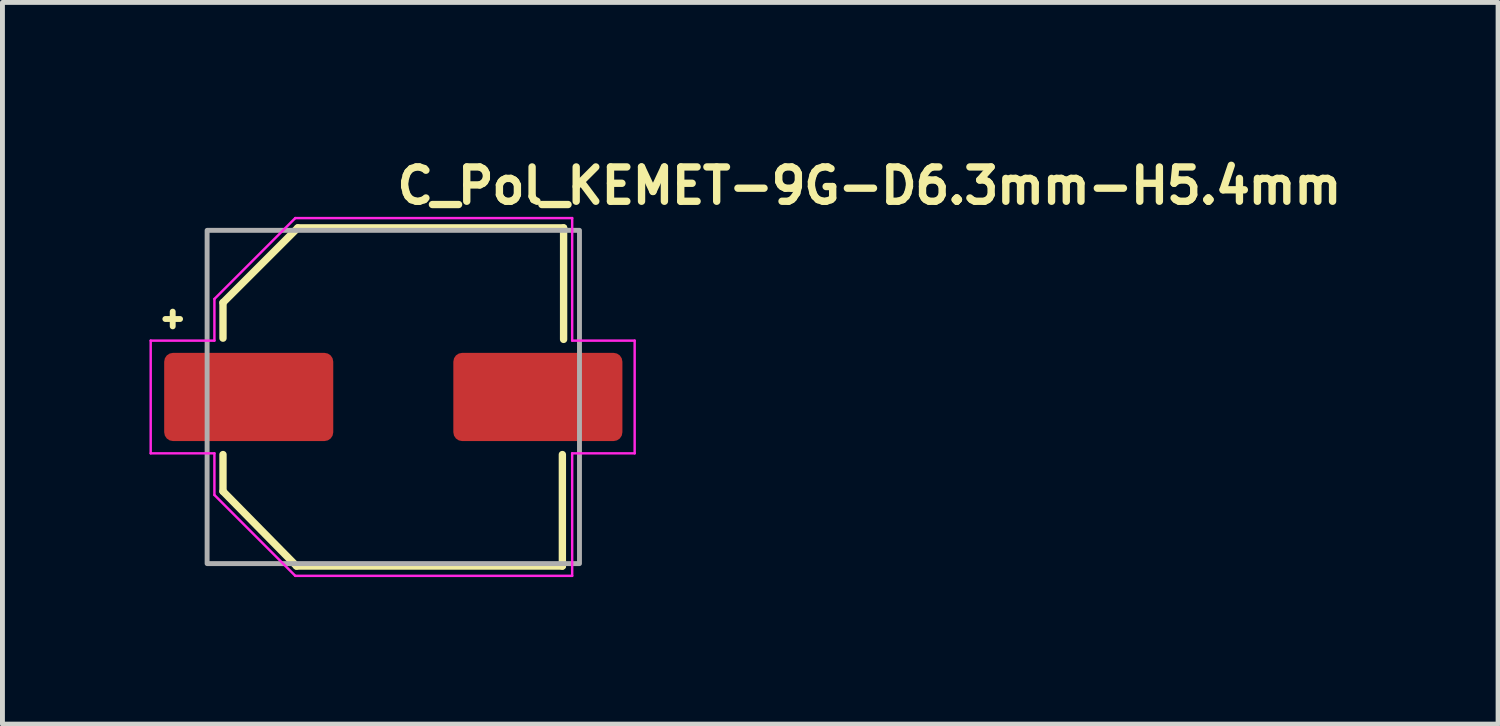
<source format=kicad_pcb>
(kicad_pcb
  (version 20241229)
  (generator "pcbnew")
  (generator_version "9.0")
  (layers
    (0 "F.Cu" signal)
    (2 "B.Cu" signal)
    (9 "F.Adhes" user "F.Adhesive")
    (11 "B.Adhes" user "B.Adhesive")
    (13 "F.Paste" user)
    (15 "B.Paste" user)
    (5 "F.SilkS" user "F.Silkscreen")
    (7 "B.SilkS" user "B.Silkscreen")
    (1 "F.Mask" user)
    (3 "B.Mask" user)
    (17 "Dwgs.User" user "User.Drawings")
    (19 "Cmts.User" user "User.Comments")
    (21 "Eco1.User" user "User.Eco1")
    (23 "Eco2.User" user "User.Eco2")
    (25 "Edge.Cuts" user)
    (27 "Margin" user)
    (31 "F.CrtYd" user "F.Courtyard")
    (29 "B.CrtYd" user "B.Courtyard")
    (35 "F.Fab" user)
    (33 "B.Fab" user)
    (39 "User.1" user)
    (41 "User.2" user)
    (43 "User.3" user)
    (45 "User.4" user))
  (footprint "C_Pol_KEMET-9G-D6.3mm-H5.4mm"
    (layer "F.Cu")
    (at 4.975 5.05)
    (property "Reference" "C_Pol_KEMET-9G-D6.3mm-H5.4mm" (at 0 -3.9 0) (layer "F.SilkS") (effects (font (size 0.7 0.7) (thickness 0.15)) (justify left bottom)))
    (attr smd)
    (fp_line (start -4.651 -1.591) (end -4.351 -1.591) (stroke (width 0.12) (type solid)) (layer "F.SilkS"))
    (fp_line (start -4.501 -1.741) (end -4.501 -1.441) (stroke (width 0.12) (type solid)) (layer "F.SilkS"))
    (fp_line (start -3.475 -1.925) (end -3.475 -1.2) (stroke (width 0.15) (type solid)) (layer "F.SilkS"))
    (fp_line (start -3.475 -1.925) (end -1.95 -3.45) (stroke (width 0.15) (type solid)) (layer "F.SilkS"))
    (fp_line (start -3.475 1.175) (end -3.475 1.925) (stroke (width 0.15) (type solid)) (layer "F.SilkS"))
    (fp_line (start -3.475 1.925) (end -1.975 3.45) (stroke (width 0.15) (type solid)) (layer "F.SilkS"))
    (fp_line (start -1.975 3.45) (end 3.45 3.45) (stroke (width 0.15) (type solid)) (layer "F.SilkS"))
    (fp_line (start -1.95 -3.45) (end 3.475 -3.45) (stroke (width 0.15) (type solid)) (layer "F.SilkS"))
    (fp_line (start 3.45 1.175) (end 3.45 3.45) (stroke (width 0.15) (type solid)) (layer "F.SilkS"))
    (fp_line (start 3.475 -1.175) (end 3.475 -3.45) (stroke (width 0.15) (type solid)) (layer "F.SilkS"))
    (fp_line (start -4.95 -1.15) (end -3.65 -1.15) (stroke (width 0.05) (type solid)) (layer "F.CrtYd"))
    (fp_line (start -4.95 1.15) (end -4.95 -1.15) (stroke (width 0.05) (type solid)) (layer "F.CrtYd"))
    (fp_line (start -3.65 -1.15) (end -3.65 -2) (stroke (width 0.05) (type solid)) (layer "F.CrtYd"))
    (fp_line (start -3.65 1.15) (end -4.95 1.15) (stroke (width 0.05) (type solid)) (layer "F.CrtYd"))
    (fp_line (start -3.65 2) (end -3.65 1.15) (stroke (width 0.05) (type solid)) (layer "F.CrtYd"))
    (fp_line (start -3.65 2) (end -2 3.65) (stroke (width 0.05) (type solid)) (layer "F.CrtYd"))
    (fp_line (start -2 -3.65) (end -3.65 -2) (stroke (width 0.05) (type solid)) (layer "F.CrtYd"))
    (fp_line (start -2 -3.65) (end 3.65 -3.65) (stroke (width 0.05) (type solid)) (layer "F.CrtYd"))
    (fp_line (start 3.65 -3.65) (end 3.65 -1.15) (stroke (width 0.05) (type solid)) (layer "F.CrtYd"))
    (fp_line (start 3.65 -1.15) (end 4.925 -1.15) (stroke (width 0.05) (type solid)) (layer "F.CrtYd"))
    (fp_line (start 3.65 1.15) (end 3.65 3.65) (stroke (width 0.05) (type solid)) (layer "F.CrtYd"))
    (fp_line (start 3.65 3.65) (end -2 3.65) (stroke (width 0.05) (type solid)) (layer "F.CrtYd"))
    (fp_line (start 4.925 -1.15) (end 4.925 1.15) (stroke (width 0.05) (type solid)) (layer "F.CrtYd"))
    (fp_line (start 4.925 1.15) (end 3.65 1.15) (stroke (width 0.05) (type solid)) (layer "F.CrtYd"))
    (fp_rect (start -3.799 -3.4) (end 3.799 3.4) (stroke (width 0.1) (type solid)) (fill no) (layer "F.Fab"))
    (fp_rect (start -3.799 -3.4) (end 3.799 3.4) (stroke (width 0.1) (type solid)) (fill no) (layer "User.5"))
    (fp_line (start -3.799 0.375) (end -3.799 -0.375) (stroke (width 0.02) (type solid)) (layer "User.9"))
    (fp_line (start -3.4 -1.9) (end -1.9 -3.4) (stroke (width 0.02) (type solid)) (layer "User.9"))
    (fp_line (start -3.4 -1.396) (end -3.4 -1.9) (stroke (width 0.02) (type solid)) (layer "User.9"))
    (fp_line (start -3.4 -1.396) (end -3.4 1.396) (stroke (width 0.02) (type solid)) (layer "User.9"))
    (fp_line (start -3.4 -0.375) (end -3.799 -0.375) (stroke (width 0.02) (type solid)) (layer "User.9"))
    (fp_line (start -3.4 0.375) (end -3.799 0.375) (stroke (width 0.02) (type solid)) (layer "User.9"))
    (fp_line (start -3.4 1.9) (end -3.4 1.396) (stroke (width 0.02) (type solid)) (layer "User.9"))
    (fp_line (start -3.25 0) (end -3.243 -0.21) (stroke (width 0.02) (type solid)) (layer "User.9"))
    (fp_line (start -3.243 -0.21) (end -3.222 -0.419) (stroke (width 0.02) (type solid)) (layer "User.9"))
    (fp_line (start -3.243 0.21) (end -3.25 0) (stroke (width 0.02) (type solid)) (layer "User.9"))
    (fp_line (start -3.222 -0.419) (end -3.188 -0.628) (stroke (width 0.02) (type solid)) (layer "User.9"))
    (fp_line (start -3.222 0.419) (end -3.243 0.21) (stroke (width 0.02) (type solid)) (layer "User.9"))
    (fp_line (start -3.188 -0.628) (end -3.141 -0.834) (stroke (width 0.02) (type solid)) (layer "User.9"))
    (fp_line (start -3.188 0.628) (end -3.222 0.419) (stroke (width 0.02) (type solid)) (layer "User.9"))
    (fp_line (start -3.141 -0.834) (end -3.079 -1.037) (stroke (width 0.02) (type solid)) (layer "User.9"))
    (fp_line (start -3.141 0.834) (end -3.188 0.628) (stroke (width 0.02) (type solid)) (layer "User.9"))
    (fp_line (start -3.1 -1.396) (end -3.4 -1.396) (stroke (width 0.02) (type solid)) (layer "User.9"))
    (fp_line (start -3.1 1.396) (end -3.4 1.396) (stroke (width 0.02) (type solid)) (layer "User.9"))
    (fp_line (start -3.1 1.396) (end -3.033 1.536) (stroke (width 0.02) (type solid)) (layer "User.9"))
    (fp_line (start -3.079 -1.037) (end -3.005 -1.237) (stroke (width 0.02) (type solid)) (layer "User.9"))
    (fp_line (start -3.079 1.037) (end -3.141 0.834) (stroke (width 0.02) (type solid)) (layer "User.9"))
    (fp_line (start -3.033 -1.536) (end -3.1 -1.396) (stroke (width 0.02) (type solid)) (layer "User.9"))
    (fp_line (start -3.033 1.536) (end -2.959 1.672) (stroke (width 0.02) (type solid)) (layer "User.9"))
    (fp_line (start -3.005 -1.237) (end -2.916 -1.433) (stroke (width 0.02) (type solid)) (layer "User.9"))
    (fp_line (start -3.005 1.237) (end -3.079 1.037) (stroke (width 0.02) (type solid)) (layer "User.9"))
    (fp_line (start -2.959 -1.672) (end -3.033 -1.536) (stroke (width 0.02) (type solid)) (layer "User.9"))
    (fp_line (start -2.959 1.672) (end -2.881 1.805) (stroke (width 0.02) (type solid)) (layer "User.9"))
    (fp_line (start -2.916 -1.433) (end -2.814 -1.625) (stroke (width 0.02) (type solid)) (layer "User.9"))
    (fp_line (start -2.916 1.433) (end -3.005 1.237) (stroke (width 0.02) (type solid)) (layer "User.9"))
    (fp_line (start -2.881 -1.805) (end -2.959 -1.672) (stroke (width 0.02) (type solid)) (layer "User.9"))
    (fp_line (start -2.881 1.805) (end -2.796 1.933) (stroke (width 0.02) (type solid)) (layer "User.9"))
    (fp_line (start -2.814 -1.625) (end -2.814 -1.625) (stroke (width 0.02) (type solid)) (layer "User.9"))
    (fp_line (start -2.814 -1.625) (end -2.758 -1.718) (stroke (width 0.02) (type solid)) (layer "User.9"))
    (fp_line (start -2.814 1.625) (end -2.916 1.433) (stroke (width 0.02) (type solid)) (layer "User.9"))
    (fp_line (start -2.814 1.625) (end -2.814 1.625) (stroke (width 0.02) (type solid)) (layer "User.9"))
    (fp_line (start -2.796 -1.933) (end -2.881 -1.805) (stroke (width 0.02) (type solid)) (layer "User.9"))
    (fp_line (start -2.796 1.933) (end -2.706 2.058) (stroke (width 0.02) (type solid)) (layer "User.9"))
    (fp_line (start -2.758 -1.718) (end -2.7 -1.808) (stroke (width 0.02) (type solid)) (layer "User.9"))
    (fp_line (start -2.706 -2.058) (end -2.796 -1.933) (stroke (width 0.02) (type solid)) (layer "User.9"))
    (fp_line (start -2.706 2.058) (end -2.61 2.178) (stroke (width 0.02) (type solid)) (layer "User.9"))
    (fp_line (start -2.7 -1.808) (end -2.638 -1.897) (stroke (width 0.02) (type solid)) (layer "User.9"))
    (fp_line (start -2.7 1.808) (end -2.814 1.625) (stroke (width 0.02) (type solid)) (layer "User.9"))
    (fp_line (start -2.638 -1.897) (end -2.574 -1.983) (stroke (width 0.02) (type solid)) (layer "User.9"))
    (fp_line (start -2.61 -2.178) (end -2.706 -2.058) (stroke (width 0.02) (type solid)) (layer "User.9"))
    (fp_line (start -2.61 2.178) (end -2.509 2.293) (stroke (width 0.02) (type solid)) (layer "User.9"))
    (fp_line (start -2.574 -1.983) (end -2.507 -2.067) (stroke (width 0.02) (type solid)) (layer "User.9"))
    (fp_line (start -2.574 1.983) (end -2.7 1.808) (stroke (width 0.02) (type solid)) (layer "User.9"))
    (fp_line (start -2.509 -2.293) (end -2.61 -2.178) (stroke (width 0.02) (type solid)) (layer "User.9"))
    (fp_line (start -2.509 2.293) (end -2.404 2.404) (stroke (width 0.02) (type solid)) (layer "User.9"))
    (fp_line (start -2.507 -2.067) (end -2.438 -2.148) (stroke (width 0.02) (type solid)) (layer "User.9"))
    (fp_line (start -2.438 -2.148) (end -2.367 -2.227) (stroke (width 0.02) (type solid)) (layer "User.9"))
    (fp_line (start -2.438 2.148) (end -2.574 1.983) (stroke (width 0.02) (type solid)) (layer "User.9"))
    (fp_line (start -2.404 -2.404) (end -2.509 -2.293) (stroke (width 0.02) (type solid)) (layer "User.9"))
    (fp_line (start -2.404 2.404) (end -2.293 2.509) (stroke (width 0.02) (type solid)) (layer "User.9"))
    (fp_line (start -2.367 -2.227) (end -2.293 -2.303) (stroke (width 0.02) (type solid)) (layer "User.9"))
    (fp_line (start -2.293 -2.509) (end -2.404 -2.404) (stroke (width 0.02) (type solid)) (layer "User.9"))
    (fp_line (start -2.293 -2.303) (end -2.216 -2.376) (stroke (width 0.02) (type solid)) (layer "User.9"))
    (fp_line (start -2.293 2.303) (end -2.438 2.148) (stroke (width 0.02) (type solid)) (layer "User.9"))
    (fp_line (start -2.293 2.509) (end -2.178 2.61) (stroke (width 0.02) (type solid)) (layer "User.9"))
    (fp_line (start -2.216 -2.376) (end -2.138 -2.447) (stroke (width 0.02) (type solid)) (layer "User.9"))
    (fp_line (start -2.178 -2.61) (end -2.293 -2.509) (stroke (width 0.02) (type solid)) (layer "User.9"))
    (fp_line (start -2.178 2.61) (end -2.058 2.706) (stroke (width 0.02) (type solid)) (layer "User.9"))
    (fp_line (start -2.138 -2.447) (end -2.057 -2.515) (stroke (width 0.02) (type solid)) (layer "User.9"))
    (fp_line (start -2.138 2.447) (end -2.293 2.303) (stroke (width 0.02) (type solid)) (layer "User.9"))
    (fp_line (start -2.058 -2.706) (end -2.178 -2.61) (stroke (width 0.02) (type solid)) (layer "User.9"))
    (fp_line (start -2.058 2.706) (end -1.933 2.796) (stroke (width 0.02) (type solid)) (layer "User.9"))
    (fp_line (start -2.057 -2.515) (end -1.975 -2.581) (stroke (width 0.02) (type solid)) (layer "User.9"))
    (fp_line (start -1.975 -2.581) (end -1.89 -2.643) (stroke (width 0.02) (type solid)) (layer "User.9"))
    (fp_line (start -1.975 2.581) (end -2.138 2.447) (stroke (width 0.02) (type solid)) (layer "User.9"))
    (fp_line (start -1.933 -2.796) (end -2.058 -2.706) (stroke (width 0.02) (type solid)) (layer "User.9"))
    (fp_line (start -1.933 2.796) (end -1.805 2.881) (stroke (width 0.02) (type solid)) (layer "User.9"))
    (fp_line (start -1.9 3.4) (end -3.4 1.9) (stroke (width 0.02) (type solid)) (layer "User.9"))
    (fp_line (start -1.89 -2.643) (end -1.803 -2.703) (stroke (width 0.02) (type solid)) (layer "User.9"))
    (fp_line (start -1.805 -2.881) (end -1.933 -2.796) (stroke (width 0.02) (type solid)) (layer "User.9"))
    (fp_line (start -1.805 2.881) (end -1.672 2.959) (stroke (width 0.02) (type solid)) (layer "User.9"))
    (fp_line (start -1.803 -2.703) (end -1.715 -2.76) (stroke (width 0.02) (type solid)) (layer "User.9"))
    (fp_line (start -1.803 2.703) (end -1.975 2.581) (stroke (width 0.02) (type solid)) (layer "User.9"))
    (fp_line (start -1.715 -2.76) (end -1.625 -2.814) (stroke (width 0.02) (type solid)) (layer "User.9"))
    (fp_line (start -1.672 -2.959) (end -1.805 -2.881) (stroke (width 0.02) (type solid)) (layer "User.9"))
    (fp_line (start -1.672 2.959) (end -1.536 3.033) (stroke (width 0.02) (type solid)) (layer "User.9"))
    (fp_line (start -1.625 -2.814) (end -1.533 -2.865) (stroke (width 0.02) (type solid)) (layer "User.9"))
    (fp_line (start -1.625 2.814) (end -1.803 2.703) (stroke (width 0.02) (type solid)) (layer "User.9"))
    (fp_line (start -1.536 -3.033) (end -1.672 -2.959) (stroke (width 0.02) (type solid)) (layer "User.9"))
    (fp_line (start -1.536 3.033) (end -1.396 3.1) (stroke (width 0.02) (type solid)) (layer "User.9"))
    (fp_line (start -1.533 -2.865) (end -1.439 -2.913) (stroke (width 0.02) (type solid)) (layer "User.9"))
    (fp_line (start -1.439 -2.913) (end -1.344 -2.959) (stroke (width 0.02) (type solid)) (layer "User.9"))
    (fp_line (start -1.439 2.913) (end -1.625 2.814) (stroke (width 0.02) (type solid)) (layer "User.9"))
    (fp_line (start -1.396 -3.4) (end -1.9 -3.4) (stroke (width 0.02) (type solid)) (layer "User.9"))
    (fp_line (start -1.396 -3.1) (end -1.536 -3.033) (stroke (width 0.02) (type solid)) (layer "User.9"))
    (fp_line (start -1.396 -3.1) (end -1.396 -3.4) (stroke (width 0.02) (type solid)) (layer "User.9"))
    (fp_line (start -1.396 3.4) (end -1.9 3.4) (stroke (width 0.02) (type solid)) (layer "User.9"))
    (fp_line (start -1.396 3.4) (end -1.396 3.1) (stroke (width 0.02) (type solid)) (layer "User.9"))
    (fp_line (start -1.396 3.4) (end 1.396 3.4) (stroke (width 0.02) (type solid)) (layer "User.9"))
    (fp_line (start -1.344 -2.959) (end -1.247 -3.001) (stroke (width 0.02) (type solid)) (layer "User.9"))
    (fp_line (start -1.247 -3.001) (end -1.149 -3.039) (stroke (width 0.02) (type solid)) (layer "User.9"))
    (fp_line (start -1.247 3.001) (end -1.439 2.913) (stroke (width 0.02) (type solid)) (layer "User.9"))
    (fp_line (start -1.149 -3.039) (end -1.05 -3.075) (stroke (width 0.02) (type solid)) (layer "User.9"))
    (fp_line (start -1.05 -3.075) (end -0.949 -3.108) (stroke (width 0.02) (type solid)) (layer "User.9"))
    (fp_line (start -1.05 3.075) (end -1.247 3.001) (stroke (width 0.02) (type solid)) (layer "User.9"))
    (fp_line (start -0.949 -3.108) (end -0.847 -3.137) (stroke (width 0.02) (type solid)) (layer "User.9"))
    (fp_line (start -0.847 -3.137) (end -0.745 -3.163) (stroke (width 0.02) (type solid)) (layer "User.9"))
    (fp_line (start -0.847 3.137) (end -1.05 3.075) (stroke (width 0.02) (type solid)) (layer "User.9"))
    (fp_line (start -0.745 -3.163) (end -0.641 -3.186) (stroke (width 0.02) (type solid)) (layer "User.9"))
    (fp_line (start -0.641 -3.186) (end -0.536 -3.205) (stroke (width 0.02) (type solid)) (layer "User.9"))
    (fp_line (start -0.641 3.186) (end -0.847 3.137) (stroke (width 0.02) (type solid)) (layer "User.9"))
    (fp_line (start -0.536 -3.205) (end -0.43 -3.221) (stroke (width 0.02) (type solid)) (layer "User.9"))
    (fp_line (start -0.43 -3.221) (end -0.323 -3.233) (stroke (width 0.02) (type solid)) (layer "User.9"))
    (fp_line (start -0.43 3.221) (end -0.641 3.186) (stroke (width 0.02) (type solid)) (layer "User.9"))
    (fp_line (start -0.323 -3.233) (end -0.216 -3.242) (stroke (width 0.02) (type solid)) (layer "User.9"))
    (fp_line (start -0.216 -3.242) (end -0.108 -3.248) (stroke (width 0.02) (type solid)) (layer "User.9"))
    (fp_line (start -0.216 3.242) (end -0.43 3.221) (stroke (width 0.02) (type solid)) (layer "User.9"))
    (fp_line (start -0.108 -3.248) (end 0 -3.25) (stroke (width 0.02) (type solid)) (layer "User.9"))
    (fp_line (start 0 -3.25) (end 0.216 -3.242) (stroke (width 0.02) (type solid)) (layer "User.9"))
    (fp_line (start 0 -2.699) (end 0 2.699) (stroke (width 0.02) (type solid)) (layer "User.9"))
    (fp_line (start 0 2.699) (end 0.179 2.693) (stroke (width 0.02) (type solid)) (layer "User.9"))
    (fp_line (start 0 3.25) (end -0.216 3.242) (stroke (width 0.02) (type solid)) (layer "User.9"))
    (fp_line (start 0.09 -2.698) (end 0 -2.699) (stroke (width 0.02) (type solid)) (layer "User.9"))
    (fp_line (start 0.108 3.248) (end 0 3.25) (stroke (width 0.02) (type solid)) (layer "User.9"))
    (fp_line (start 0.179 -2.693) (end 0.09 -2.698) (stroke (width 0.02) (type solid)) (layer "User.9"))
    (fp_line (start 0.179 2.693) (end 0.357 2.676) (stroke (width 0.02) (type solid)) (layer "User.9"))
    (fp_line (start 0.216 -3.242) (end 0.43 -3.221) (stroke (width 0.02) (type solid)) (layer "User.9"))
    (fp_line (start 0.216 3.242) (end 0.108 3.248) (stroke (width 0.02) (type solid)) (layer "User.9"))
    (fp_line (start 0.269 -2.686) (end 0.179 -2.693) (stroke (width 0.02) (type solid)) (layer "User.9"))
    (fp_line (start 0.323 3.233) (end 0.216 3.242) (stroke (width 0.02) (type solid)) (layer "User.9"))
    (fp_line (start 0.357 -2.676) (end 0.269 -2.686) (stroke (width 0.02) (type solid)) (layer "User.9"))
    (fp_line (start 0.357 2.676) (end 0.532 2.646) (stroke (width 0.02) (type solid)) (layer "User.9"))
    (fp_line (start 0.43 -3.221) (end 0.641 -3.186) (stroke (width 0.02) (type solid)) (layer "User.9"))
    (fp_line (start 0.43 3.221) (end 0.323 3.233) (stroke (width 0.02) (type solid)) (layer "User.9"))
    (fp_line (start 0.445 -2.663) (end 0.357 -2.676) (stroke (width 0.02) (type solid)) (layer "User.9"))
    (fp_line (start 0.532 -2.646) (end 0.445 -2.663) (stroke (width 0.02) (type solid)) (layer "User.9"))
    (fp_line (start 0.532 2.646) (end 0.704 2.606) (stroke (width 0.02) (type solid)) (layer "User.9"))
    (fp_line (start 0.536 3.205) (end 0.43 3.221) (stroke (width 0.02) (type solid)) (layer "User.9"))
    (fp_line (start 0.618 -2.628) (end 0.532 -2.646) (stroke (width 0.02) (type solid)) (layer "User.9"))
    (fp_line (start 0.641 -3.186) (end 0.847 -3.137) (stroke (width 0.02) (type solid)) (layer "User.9"))
    (fp_line (start 0.641 3.186) (end 0.536 3.205) (stroke (width 0.02) (type solid)) (layer "User.9"))
    (fp_line (start 0.704 -2.606) (end 0.618 -2.628) (stroke (width 0.02) (type solid)) (layer "User.9"))
    (fp_line (start 0.704 2.606) (end 0.872 2.555) (stroke (width 0.02) (type solid)) (layer "User.9"))
    (fp_line (start 0.745 3.163) (end 0.641 3.186) (stroke (width 0.02) (type solid)) (layer "User.9"))
    (fp_line (start 0.789 -2.582) (end 0.704 -2.606) (stroke (width 0.02) (type solid)) (layer "User.9"))
    (fp_line (start 0.847 -3.137) (end 1.05 -3.075) (stroke (width 0.02) (type solid)) (layer "User.9"))
    (fp_line (start 0.847 3.137) (end 0.745 3.163) (stroke (width 0.02) (type solid)) (layer "User.9"))
    (fp_line (start 0.872 -2.555) (end 0.789 -2.582) (stroke (width 0.02) (type solid)) (layer "User.9"))
    (fp_line (start 0.872 2.555) (end 1.036 2.493) (stroke (width 0.02) (type solid)) (layer "User.9"))
    (fp_line (start 0.949 3.108) (end 0.847 3.137) (stroke (width 0.02) (type solid)) (layer "User.9"))
    (fp_line (start 0.955 -2.525) (end 0.872 -2.555) (stroke (width 0.02) (type solid)) (layer "User.9"))
    (fp_line (start 1.036 -2.493) (end 0.955 -2.525) (stroke (width 0.02) (type solid)) (layer "User.9"))
    (fp_line (start 1.036 2.493) (end 1.195 2.42) (stroke (width 0.02) (type solid)) (layer "User.9"))
    (fp_line (start 1.05 -3.075) (end 1.247 -3.001) (stroke (width 0.02) (type solid)) (layer "User.9"))
    (fp_line (start 1.05 3.075) (end 0.949 3.108) (stroke (width 0.02) (type solid)) (layer "User.9"))
    (fp_line (start 1.116 -2.458) (end 1.036 -2.493) (stroke (width 0.02) (type solid)) (layer "User.9"))
    (fp_line (start 1.149 3.039) (end 1.05 3.075) (stroke (width 0.02) (type solid)) (layer "User.9"))
    (fp_line (start 1.195 -2.42) (end 1.116 -2.458) (stroke (width 0.02) (type solid)) (layer "User.9"))
    (fp_line (start 1.195 2.42) (end 1.349 2.338) (stroke (width 0.02) (type solid)) (layer "User.9"))
    (fp_line (start 1.247 -3.001) (end 1.439 -2.913) (stroke (width 0.02) (type solid)) (layer "User.9"))
    (fp_line (start 1.247 3.001) (end 1.149 3.039) (stroke (width 0.02) (type solid)) (layer "User.9"))
    (fp_line (start 1.273 -2.38) (end 1.195 -2.42) (stroke (width 0.02) (type solid)) (layer "User.9"))
    (fp_line (start 1.344 2.959) (end 1.247 3.001) (stroke (width 0.02) (type solid)) (layer "User.9"))
    (fp_line (start 1.349 -2.338) (end 1.273 -2.38) (stroke (width 0.02) (type solid)) (layer "User.9"))
    (fp_line (start 1.349 2.338) (end 1.498 2.245) (stroke (width 0.02) (type solid)) (layer "User.9"))
    (fp_line (start 1.396 -3.4) (end -1.396 -3.4) (stroke (width 0.02) (type solid)) (layer "User.9"))
    (fp_line (start 1.396 -3.1) (end 1.396 -3.4) (stroke (width 0.02) (type solid)) (layer "User.9"))
    (fp_line (start 1.396 3.1) (end 1.396 3.4) (stroke (width 0.02) (type solid)) (layer "User.9"))
    (fp_line (start 1.396 3.1) (end 1.536 3.033) (stroke (width 0.02) (type solid)) (layer "User.9"))
    (fp_line (start 1.424 -2.293) (end 1.349 -2.338) (stroke (width 0.02) (type solid)) (layer "User.9"))
    (fp_line (start 1.439 -2.913) (end 1.625 -2.814) (stroke (width 0.02) (type solid)) (layer "User.9"))
    (fp_line (start 1.439 2.913) (end 1.344 2.959) (stroke (width 0.02) (type solid)) (layer "User.9"))
    (fp_line (start 1.498 -2.245) (end 1.424 -2.293) (stroke (width 0.02) (type solid)) (layer "User.9"))
    (fp_line (start 1.498 2.245) (end 1.64 2.144) (stroke (width 0.02) (type solid)) (layer "User.9"))
    (fp_line (start 1.533 2.865) (end 1.439 2.913) (stroke (width 0.02) (type solid)) (layer "User.9"))
    (fp_line (start 1.536 -3.033) (end 1.396 -3.099) (stroke (width 0.02) (type solid)) (layer "User.9"))
    (fp_line (start 1.536 3.033) (end 1.672 2.959) (stroke (width 0.02) (type solid)) (layer "User.9"))
    (fp_line (start 1.57 -2.196) (end 1.498 -2.245) (stroke (width 0.02) (type solid)) (layer "User.9"))
    (fp_line (start 1.625 -2.814) (end 1.803 -2.703) (stroke (width 0.02) (type solid)) (layer "User.9"))
    (fp_line (start 1.625 2.814) (end 1.533 2.865) (stroke (width 0.02) (type solid)) (layer "User.9"))
    (fp_line (start 1.64 -2.144) (end 1.57 -2.196) (stroke (width 0.02) (type solid)) (layer "User.9"))
    (fp_line (start 1.64 2.144) (end 1.776 2.032) (stroke (width 0.02) (type solid)) (layer "User.9"))
    (fp_line (start 1.672 -2.959) (end 1.536 -3.033) (stroke (width 0.02) (type solid)) (layer "User.9"))
    (fp_line (start 1.672 2.959) (end 1.805 2.881) (stroke (width 0.02) (type solid)) (layer "User.9"))
    (fp_line (start 1.709 -2.089) (end 1.64 -2.144) (stroke (width 0.02) (type solid)) (layer "User.9"))
    (fp_line (start 1.715 2.76) (end 1.625 2.814) (stroke (width 0.02) (type solid)) (layer "User.9"))
    (fp_line (start 1.776 -2.032) (end 1.709 -2.089) (stroke (width 0.02) (type solid)) (layer "User.9"))
    (fp_line (start 1.776 2.032) (end 1.905 1.913) (stroke (width 0.02) (type solid)) (layer "User.9"))
    (fp_line (start 1.803 -2.703) (end 1.975 -2.581) (stroke (width 0.02) (type solid)) (layer "User.9"))
    (fp_line (start 1.803 2.703) (end 1.715 2.76) (stroke (width 0.02) (type solid)) (layer "User.9"))
    (fp_line (start 1.805 -2.881) (end 1.672 -2.959) (stroke (width 0.02) (type solid)) (layer "User.9"))
    (fp_line (start 1.805 2.881) (end 1.933 2.796) (stroke (width 0.02) (type solid)) (layer "User.9"))
    (fp_line (start 1.841 -1.974) (end 1.776 -2.032) (stroke (width 0.02) (type solid)) (layer "User.9"))
    (fp_line (start 1.89 2.643) (end 1.803 2.703) (stroke (width 0.02) (type solid)) (layer "User.9"))
    (fp_line (start 1.905 -1.913) (end 1.841 -1.974) (stroke (width 0.02) (type solid)) (layer "User.9"))
    (fp_line (start 1.905 1.913) (end 2.026 1.784) (stroke (width 0.02) (type solid)) (layer "User.9"))
    (fp_line (start 1.933 -2.796) (end 1.805 -2.881) (stroke (width 0.02) (type solid)) (layer "User.9"))
    (fp_line (start 1.933 2.796) (end 2.058 2.706) (stroke (width 0.02) (type solid)) (layer "User.9"))
    (fp_line (start 1.966 -1.85) (end 1.905 -1.913) (stroke (width 0.02) (type solid)) (layer "User.9"))
    (fp_line (start 1.975 -2.581) (end 2.138 -2.447) (stroke (width 0.02) (type solid)) (layer "User.9"))
    (fp_line (start 1.975 2.581) (end 1.89 2.643) (stroke (width 0.02) (type solid)) (layer "User.9"))
    (fp_line (start 2.026 -1.784) (end 1.966 -1.85) (stroke (width 0.02) (type solid)) (layer "User.9"))
    (fp_line (start 2.026 1.784) (end 2.138 1.647) (stroke (width 0.02) (type solid)) (layer "User.9"))
    (fp_line (start 2.057 2.515) (end 1.975 2.581) (stroke (width 0.02) (type solid)) (layer "User.9"))
    (fp_line (start 2.058 -2.706) (end 1.933 -2.796) (stroke (width 0.02) (type solid)) (layer "User.9"))
    (fp_line (start 2.058 2.706) (end 2.178 2.61) (stroke (width 0.02) (type solid)) (layer "User.9"))
    (fp_line (start 2.083 -1.717) (end 2.026 -1.784) (stroke (width 0.02) (type solid)) (layer "User.9"))
    (fp_line (start 2.138 -2.447) (end 2.293 -2.303) (stroke (width 0.02) (type solid)) (layer "User.9"))
    (fp_line (start 2.138 -1.647) (end 2.083 -1.717) (stroke (width 0.02) (type solid)) (layer "User.9"))
    (fp_line (start 2.138 1.647) (end 2.243 1.502) (stroke (width 0.02) (type solid)) (layer "User.9"))
    (fp_line (start 2.138 2.447) (end 2.057 2.515) (stroke (width 0.02) (type solid)) (layer "User.9"))
    (fp_line (start 2.178 -2.61) (end 2.058 -2.706) (stroke (width 0.02) (type solid)) (layer "User.9"))
    (fp_line (start 2.178 2.61) (end 2.293 2.509) (stroke (width 0.02) (type solid)) (layer "User.9"))
    (fp_line (start 2.192 -1.576) (end 2.138 -1.647) (stroke (width 0.02) (type solid)) (layer "User.9"))
    (fp_line (start 2.216 2.376) (end 2.138 2.447) (stroke (width 0.02) (type solid)) (layer "User.9"))
    (fp_line (start 2.243 -1.502) (end 2.192 -1.576) (stroke (width 0.02) (type solid)) (layer "User.9"))
    (fp_line (start 2.243 1.502) (end 2.338 1.349) (stroke (width 0.02) (type solid)) (layer "User.9"))
    (fp_line (start 2.291 -1.427) (end 2.243 -1.502) (stroke (width 0.02) (type solid)) (layer "User.9"))
    (fp_line (start 2.293 -2.509) (end 2.178 -2.61) (stroke (width 0.02) (type solid)) (layer "User.9"))
    (fp_line (start 2.293 -2.303) (end 2.438 -2.148) (stroke (width 0.02) (type solid)) (layer "User.9"))
    (fp_line (start 2.293 2.303) (end 2.216 2.376) (stroke (width 0.02) (type solid)) (layer "User.9"))
    (fp_line (start 2.293 2.509) (end 2.404 2.404) (stroke (width 0.02) (type solid)) (layer "User.9"))
    (fp_line (start 2.338 -1.349) (end 2.291 -1.427) (stroke (width 0.02) (type solid)) (layer "User.9"))
    (fp_line (start 2.338 -1.349) (end 2.338 -1.349) (stroke (width 0.02) (type solid)) (layer "User.9"))
    (fp_line (start 2.338 1.349) (end 2.338 1.349) (stroke (width 0.02) (type solid)) (layer "User.9"))
    (fp_line (start 2.338 1.349) (end 2.423 1.191) (stroke (width 0.02) (type solid)) (layer "User.9"))
    (fp_line (start 2.367 2.227) (end 2.293 2.303) (stroke (width 0.02) (type solid)) (layer "User.9"))
    (fp_line (start 2.404 -2.404) (end 2.293 -2.509) (stroke (width 0.02) (type solid)) (layer "User.9"))
    (fp_line (start 2.404 2.404) (end 2.509 2.293) (stroke (width 0.02) (type solid)) (layer "User.9"))
    (fp_line (start 2.423 -1.191) (end 2.338 -1.349) (stroke (width 0.02) (type solid)) (layer "User.9"))
    (fp_line (start 2.423 1.191) (end 2.496 1.028) (stroke (width 0.02) (type solid)) (layer "User.9"))
    (fp_line (start 2.438 -2.148) (end 2.574 -1.983) (stroke (width 0.02) (type solid)) (layer "User.9"))
    (fp_line (start 2.438 2.148) (end 2.367 2.227) (stroke (width 0.02) (type solid)) (layer "User.9"))
    (fp_line (start 2.496 -1.028) (end 2.423 -1.191) (stroke (width 0.02) (type solid)) (layer "User.9"))
    (fp_line (start 2.496 1.028) (end 2.558 0.862) (stroke (width 0.02) (type solid)) (layer "User.9"))
    (fp_line (start 2.507 2.067) (end 2.438 2.148) (stroke (width 0.02) (type solid)) (layer "User.9"))
    (fp_line (start 2.509 -2.293) (end 2.404 -2.404) (stroke (width 0.02) (type solid)) (layer "User.9"))
    (fp_line (start 2.509 2.293) (end 2.61 2.178) (stroke (width 0.02) (type solid)) (layer "User.9"))
    (fp_line (start 2.558 -0.862) (end 2.496 -1.028) (stroke (width 0.02) (type solid)) (layer "User.9"))
    (fp_line (start 2.558 0.862) (end 2.609 0.693) (stroke (width 0.02) (type solid)) (layer "User.9"))
    (fp_line (start 2.574 -1.983) (end 2.7 -1.808) (stroke (width 0.02) (type solid)) (layer "User.9"))
    (fp_line (start 2.574 1.983) (end 2.507 2.067) (stroke (width 0.02) (type solid)) (layer "User.9"))
    (fp_line (start 2.609 -0.693) (end 2.558 -0.862) (stroke (width 0.02) (type solid)) (layer "User.9"))
    (fp_line (start 2.609 0.693) (end 2.649 0.521) (stroke (width 0.02) (type solid)) (layer "User.9"))
    (fp_line (start 2.61 -2.178) (end 2.509 -2.293) (stroke (width 0.02) (type solid)) (layer "User.9"))
    (fp_line (start 2.61 2.178) (end 2.706 2.058) (stroke (width 0.02) (type solid)) (layer "User.9"))
    (fp_line (start 2.638 1.897) (end 2.574 1.983) (stroke (width 0.02) (type solid)) (layer "User.9"))
    (fp_line (start 2.649 -0.521) (end 2.609 -0.693) (stroke (width 0.02) (type solid)) (layer "User.9"))
    (fp_line (start 2.649 0.521) (end 2.677 0.348) (stroke (width 0.02) (type solid)) (layer "User.9"))
    (fp_line (start 2.677 -0.348) (end 2.649 -0.521) (stroke (width 0.02) (type solid)) (layer "User.9"))
    (fp_line (start 2.677 0.348) (end 2.694 0.174) (stroke (width 0.02) (type solid)) (layer "User.9"))
    (fp_line (start 2.694 -0.174) (end 2.677 -0.348) (stroke (width 0.02) (type solid)) (layer "User.9"))
    (fp_line (start 2.694 0.174) (end 2.699 0) (stroke (width 0.02) (type solid)) (layer "User.9"))
    (fp_line (start 2.699 0) (end 2.694 -0.174) (stroke (width 0.02) (type solid)) (layer "User.9"))
    (fp_line (start 2.7 -1.808) (end 2.814 -1.625) (stroke (width 0.02) (type solid)) (layer "User.9"))
    (fp_line (start 2.7 1.808) (end 2.638 1.897) (stroke (width 0.02) (type solid)) (layer "User.9"))
    (fp_line (start 2.706 -2.058) (end 2.61 -2.178) (stroke (width 0.02) (type solid)) (layer "User.9"))
    (fp_line (start 2.706 2.058) (end 2.796 1.933) (stroke (width 0.02) (type solid)) (layer "User.9"))
    (fp_line (start 2.758 1.718) (end 2.7 1.808) (stroke (width 0.02) (type solid)) (layer "User.9"))
    (fp_line (start 2.796 -1.933) (end 2.706 -2.058) (stroke (width 0.02) (type solid)) (layer "User.9"))
    (fp_line (start 2.796 1.933) (end 2.881 1.805) (stroke (width 0.02) (type solid)) (layer "User.9"))
    (fp_line (start 2.814 -1.625) (end 2.814 -1.625) (stroke (width 0.02) (type solid)) (layer "User.9"))
    (fp_line (start 2.814 -1.625) (end 2.916 -1.433) (stroke (width 0.02) (type solid)) (layer "User.9"))
    (fp_line (start 2.814 1.625) (end 2.758 1.718) (stroke (width 0.02) (type solid)) (layer "User.9"))
    (fp_line (start 2.814 1.625) (end 2.814 1.625) (stroke (width 0.02) (type solid)) (layer "User.9"))
    (fp_line (start 2.881 -1.805) (end 2.796 -1.933) (stroke (width 0.02) (type solid)) (layer "User.9"))
    (fp_line (start 2.881 1.805) (end 2.959 1.672) (stroke (width 0.02) (type solid)) (layer "User.9"))
    (fp_line (start 2.916 -1.433) (end 3.005 -1.237) (stroke (width 0.02) (type solid)) (layer "User.9"))
    (fp_line (start 2.916 1.433) (end 2.814 1.625) (stroke (width 0.02) (type solid)) (layer "User.9"))
    (fp_line (start 2.959 -1.672) (end 2.881 -1.805) (stroke (width 0.02) (type solid)) (layer "User.9"))
    (fp_line (start 2.959 1.672) (end 3.033 1.536) (stroke (width 0.02) (type solid)) (layer "User.9"))
    (fp_line (start 3.005 -1.237) (end 3.079 -1.037) (stroke (width 0.02) (type solid)) (layer "User.9"))
    (fp_line (start 3.005 1.237) (end 2.916 1.433) (stroke (width 0.02) (type solid)) (layer "User.9"))
    (fp_line (start 3.033 -1.536) (end 2.959 -1.672) (stroke (width 0.02) (type solid)) (layer "User.9"))
    (fp_line (start 3.033 1.536) (end 3.1 1.396) (stroke (width 0.02) (type solid)) (layer "User.9"))
    (fp_line (start 3.079 -1.037) (end 3.141 -0.834) (stroke (width 0.02) (type solid)) (layer "User.9"))
    (fp_line (start 3.079 1.037) (end 3.005 1.237) (stroke (width 0.02) (type solid)) (layer "User.9"))
    (fp_line (start 3.1 -1.396) (end 3.033 -1.536) (stroke (width 0.02) (type solid)) (layer "User.9"))
    (fp_line (start 3.1 -1.396) (end 3.4 -1.396) (stroke (width 0.02) (type solid)) (layer "User.9"))
    (fp_line (start 3.1 1.396) (end 3.4 1.396) (stroke (width 0.02) (type solid)) (layer "User.9"))
    (fp_line (start 3.141 -0.834) (end 3.188 -0.628) (stroke (width 0.02) (type solid)) (layer "User.9"))
    (fp_line (start 3.141 0.834) (end 3.079 1.037) (stroke (width 0.02) (type solid)) (layer "User.9"))
    (fp_line (start 3.188 -0.628) (end 3.222 -0.419) (stroke (width 0.02) (type solid)) (layer "User.9"))
    (fp_line (start 3.188 0.628) (end 3.141 0.834) (stroke (width 0.02) (type solid)) (layer "User.9"))
    (fp_line (start 3.222 -0.419) (end 3.243 -0.21) (stroke (width 0.02) (type solid)) (layer "User.9"))
    (fp_line (start 3.222 0.419) (end 3.188 0.628) (stroke (width 0.02) (type solid)) (layer "User.9"))
    (fp_line (start 3.243 -0.21) (end 3.25 0) (stroke (width 0.02) (type solid)) (layer "User.9"))
    (fp_line (start 3.243 0.21) (end 3.222 0.419) (stroke (width 0.02) (type solid)) (layer "User.9"))
    (fp_line (start 3.25 0) (end 3.243 0.21) (stroke (width 0.02) (type solid)) (layer "User.9"))
    (fp_line (start 3.4 -3.4) (end 1.396 -3.4) (stroke (width 0.02) (type solid)) (layer "User.9"))
    (fp_line (start 3.4 -3.4) (end 3.4 -1.396) (stroke (width 0.02) (type solid)) (layer "User.9"))
    (fp_line (start 3.4 -0.375) (end 3.799 -0.375) (stroke (width 0.02) (type solid)) (layer "User.9"))
    (fp_line (start 3.4 0.375) (end 3.799 0.375) (stroke (width 0.02) (type solid)) (layer "User.9"))
    (fp_line (start 3.4 1.396) (end 3.4 -1.396) (stroke (width 0.02) (type solid)) (layer "User.9"))
    (fp_line (start 3.4 1.396) (end 3.4 3.4) (stroke (width 0.02) (type solid)) (layer "User.9"))
    (fp_line (start 3.4 3.4) (end 1.396 3.4) (stroke (width 0.02) (type solid)) (layer "User.9"))
    (fp_line (start 3.799 0.375) (end 3.799 -0.375) (stroke (width 0.02) (type solid)) (layer "User.9"))
    (pad "1" smd roundrect (at -2.95 0 90) (size 1.8 3.45) (layers "F.Cu" "F.Mask" "F.Paste") (roundrect_rratio 0.1))
    (pad "2" smd roundrect (at 2.95 0 90) (size 1.8 3.45) (layers "F.Cu" "F.Mask" "F.Paste") (roundrect_rratio 0.1)))
  (gr_rect
    (start -3 -3)
    (end 27.518 11.725)
    (stroke (width 0.1) (type default))
    (fill no)
    (layer "Edge.Cuts")))
</source>
